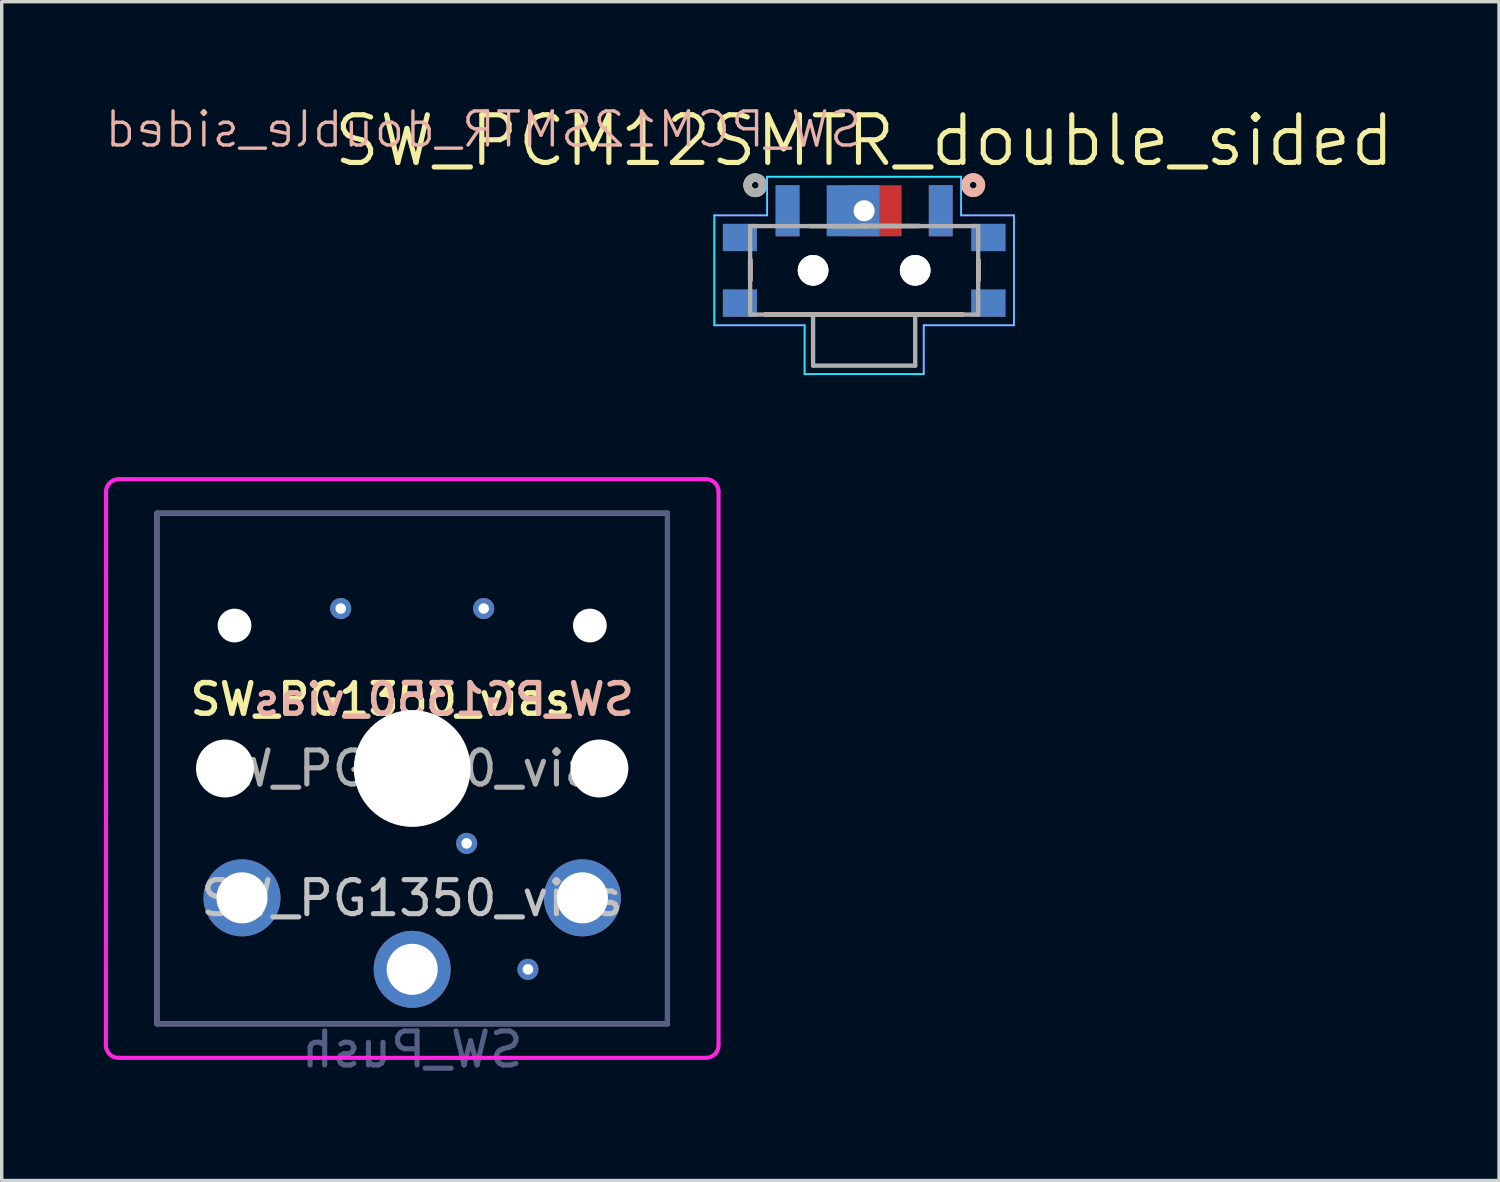
<source format=kicad_pcb>
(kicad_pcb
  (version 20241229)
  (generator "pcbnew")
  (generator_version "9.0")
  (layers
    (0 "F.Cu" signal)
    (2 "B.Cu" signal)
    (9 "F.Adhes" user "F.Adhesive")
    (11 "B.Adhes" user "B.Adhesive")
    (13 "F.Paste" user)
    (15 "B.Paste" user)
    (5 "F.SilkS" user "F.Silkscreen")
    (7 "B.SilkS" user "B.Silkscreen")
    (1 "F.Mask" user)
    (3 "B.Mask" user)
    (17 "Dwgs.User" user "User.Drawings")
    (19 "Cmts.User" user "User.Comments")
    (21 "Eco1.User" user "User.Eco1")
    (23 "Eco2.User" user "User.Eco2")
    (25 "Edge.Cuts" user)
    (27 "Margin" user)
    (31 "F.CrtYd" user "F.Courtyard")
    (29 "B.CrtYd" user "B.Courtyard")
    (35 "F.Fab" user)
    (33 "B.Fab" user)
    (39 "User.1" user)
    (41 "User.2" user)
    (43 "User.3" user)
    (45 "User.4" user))
  (footprint "SW_PCM12SMTR_double_sided"
    (layer "F.Cu")
    (at 22.338 4.892)
    (property "Reference" "SW_PCM12SMTR_double_sided" (at 0 -3.81 180) (layer "F.SilkS") (effects (font (size 1.4 1.4) (thickness 0.15))))
    (attr smd)
    (fp_line (start -3.35 0.3) (end -3.35 -0.3) (stroke (width 0.127) (type solid)) (layer "F.SilkS"))
    (fp_line (start -2.9 1.3) (end 2.9 1.3) (stroke (width 0.127) (type solid)) (layer "F.SilkS"))
    (fp_line (start -1.6 -1.3) (end 0.1 -1.3) (stroke (width 0.127) (type solid)) (layer "F.SilkS"))
    (fp_line (start 3.35 -0.3) (end 3.35 0.3) (stroke (width 0.127) (type solid)) (layer "F.SilkS"))
    (fp_circle (center -3.2 -2.5) (end -3.1 -2.5) (stroke (width 0.25) (type solid)) (fill no) (layer "F.SilkS"))
    (fp_line (start -3.35 0.3) (end -3.35 -0.3) (stroke (width 0.127) (type solid)) (layer "B.SilkS"))
    (fp_line (start -3.341 -0.306) (end -3.341 0.294) (stroke (width 0.127) (type solid)) (layer "B.SilkS"))
    (fp_line (start -2.9 1.3) (end 2.9 1.3) (stroke (width 0.127) (type solid)) (layer "B.SilkS"))
    (fp_line (start -0.1 -1.3) (end 1.6 -1.3) (stroke (width 0.127) (type solid)) (layer "B.SilkS"))
    (fp_line (start 1.609 -1.306) (end -0.091 -1.306) (stroke (width 0.127) (type solid)) (layer "B.SilkS"))
    (fp_line (start 2.909 1.294) (end -2.891 1.294) (stroke (width 0.127) (type solid)) (layer "B.SilkS"))
    (fp_line (start 3.35 -0.3) (end 3.35 0.3) (stroke (width 0.127) (type solid)) (layer "B.SilkS"))
    (fp_line (start 3.359 0.294) (end 3.359 -0.306) (stroke (width 0.127) (type solid)) (layer "B.SilkS"))
    (fp_circle (center 3.2 -2.5) (end 3.1 -2.5) (stroke (width 0.25) (type solid)) (fill no) (layer "B.SilkS"))
    (fp_circle (center 3.209 -2.506) (end 3.109 -2.506) (stroke (width 0.25) (type solid)) (fill no) (layer "B.SilkS"))
    (fp_line (start -4.4 -1.615) (end -2.85 -1.615) (stroke (width 0.05) (type solid)) (layer "B.CrtYd"))
    (fp_line (start -4.4 1.615) (end -4.4 -1.615) (stroke (width 0.05) (type solid)) (layer "B.CrtYd"))
    (fp_line (start -2.85 -2.75) (end 2.85 -2.75) (stroke (width 0.05) (type solid)) (layer "B.CrtYd"))
    (fp_line (start -2.85 -1.615) (end -2.85 -2.75) (stroke (width 0.05) (type solid)) (layer "B.CrtYd"))
    (fp_line (start -1.75 1.615) (end -4.4 1.615) (stroke (width 0.05) (type solid)) (layer "B.CrtYd"))
    (fp_line (start -1.75 3.05) (end -1.75 1.615) (stroke (width 0.05) (type solid)) (layer "B.CrtYd"))
    (fp_line (start 1.75 3.05) (end -1.75 3.05) (stroke (width 0.05) (type solid)) (layer "B.CrtYd"))
    (fp_line (start 1.75 1.615) (end 1.75 3.05) (stroke (width 0.05) (type solid)) (layer "B.CrtYd"))
    (fp_line (start 2.85 -2.75) (end 2.85 -1.615) (stroke (width 0.05) (type solid)) (layer "B.CrtYd"))
    (fp_line (start 2.85 -1.615) (end 4.4 -1.615) (stroke (width 0.05) (type solid)) (layer "B.CrtYd"))
    (fp_line (start 4.4 -1.615) (end 4.4 1.615) (stroke (width 0.05) (type solid)) (layer "B.CrtYd"))
    (fp_line (start 4.4 1.615) (end 1.75 1.615) (stroke (width 0.05) (type solid)) (layer "B.CrtYd"))
    (fp_line (start -4.4 -1.615) (end -2.85 -1.615) (stroke (width 0.05) (type solid)) (layer "F.CrtYd"))
    (fp_line (start -4.4 1.615) (end -4.4 -1.615) (stroke (width 0.05) (type solid)) (layer "F.CrtYd"))
    (fp_line (start -2.85 -2.75) (end 2.85 -2.75) (stroke (width 0.05) (type solid)) (layer "F.CrtYd"))
    (fp_line (start -2.85 -1.615) (end -2.85 -2.75) (stroke (width 0.05) (type solid)) (layer "F.CrtYd"))
    (fp_line (start -1.75 1.615) (end -4.4 1.615) (stroke (width 0.05) (type solid)) (layer "F.CrtYd"))
    (fp_line (start -1.75 3.05) (end -1.75 1.615) (stroke (width 0.05) (type solid)) (layer "F.CrtYd"))
    (fp_line (start 1.75 1.615) (end 1.75 3.05) (stroke (width 0.05) (type solid)) (layer "F.CrtYd"))
    (fp_line (start 1.75 3.05) (end -1.75 3.05) (stroke (width 0.05) (type solid)) (layer "F.CrtYd"))
    (fp_line (start 2.85 -2.75) (end 2.85 -1.615) (stroke (width 0.05) (type solid)) (layer "F.CrtYd"))
    (fp_line (start 2.85 -1.615) (end 4.4 -1.615) (stroke (width 0.05) (type solid)) (layer "F.CrtYd"))
    (fp_line (start 4.4 -1.615) (end 4.4 1.615) (stroke (width 0.05) (type solid)) (layer "F.CrtYd"))
    (fp_line (start 4.4 1.615) (end 1.75 1.615) (stroke (width 0.05) (type solid)) (layer "F.CrtYd"))
    (fp_line (start -3.35 -1.3) (end 3.35 -1.3) (stroke (width 0.127) (type solid)) (layer "F.Fab"))
    (fp_line (start -3.35 1.3) (end -3.35 -1.3) (stroke (width 0.127) (type solid)) (layer "F.Fab"))
    (fp_line (start -1.5 1.3) (end -3.35 1.3) (stroke (width 0.127) (type solid)) (layer "F.Fab"))
    (fp_line (start -1.5 1.3) (end -1.5 2.8) (stroke (width 0.127) (type solid)) (layer "F.Fab"))
    (fp_line (start -1.5 2.8) (end 1.5 2.8) (stroke (width 0.127) (type solid)) (layer "F.Fab"))
    (fp_line (start 1.5 1.3) (end -1.5 1.3) (stroke (width 0.127) (type solid)) (layer "F.Fab"))
    (fp_line (start 1.5 2.8) (end 1.5 1.3) (stroke (width 0.127) (type solid)) (layer "F.Fab"))
    (fp_line (start 3.35 -1.3) (end 3.35 1.3) (stroke (width 0.127) (type solid)) (layer "F.Fab"))
    (fp_line (start 3.35 1.3) (end 1.5 1.3) (stroke (width 0.127) (type solid)) (layer "F.Fab"))
    (fp_circle (center -3.2 -2.5) (end -3.1 -2.5) (stroke (width 0.25) (type solid)) (fill no) (layer "F.Fab"))
    (fp_text user "${REFERENCE}" (at 0 -3.556 0) (unlocked yes) (layer "B.SilkS") (effects (font (size 1 1) (thickness 0.1)) (justify left bottom mirror)))
    (pad "" np_thru_hole circle (at -1.5 0) (size 0.9 0.9) (drill 0.9) (layers "*.Cu" "*.Mask"))
    (pad "" np_thru_hole circle (at -1.5 0) (size 0.9 0.9) (drill 0.9) (layers "*.Cu" "*.Mask"))
    (pad "" np_thru_hole circle (at 1.5 0) (size 0.9 0.9) (drill 0.9) (layers "*.Cu" "*.Mask"))
    (pad "" np_thru_hole circle (at 1.5 0) (size 0.9 0.9) (drill 0.9) (layers "*.Cu" "*.Mask"))
    (pad "1" smd rect (at -2.25 -1.75) (size 0.7 1.5) (layers "F.Cu" "F.Mask" "F.Paste"))
    (pad "1" smd rect (at 2.25 -1.75) (size 0.7 1.5) (layers "B.Cu" "B.Mask" "B.Paste"))
    (pad "2" smd rect (at -0.75 -1.75) (size 0.7 1.5) (layers "B.Cu" "B.Mask" "B.Paste"))
    (pad "2" thru_hole rect (at 0 -1.75) (size 0.9 1.5) (drill 0.62) (layers "*.Cu"))
    (pad "2" smd rect (at 0.75 -1.75) (size 0.7 1.5) (layers "F.Cu" "F.Mask" "F.Paste"))
    (pad "3" smd rect (at -2.25 -1.75) (size 0.7 1.5) (layers "B.Cu" "B.Mask" "B.Paste"))
    (pad "3" smd rect (at 2.25 -1.75) (size 0.7 1.5) (layers "F.Cu" "F.Mask" "F.Paste"))
    (pad "S1" smd rect (at -3.65 -0.965) (size 1 0.8) (layers "F.Cu" "F.Mask" "F.Paste"))
    (pad "S1" smd rect (at 3.65 -0.965) (size 1 0.8) (layers "B.Cu" "B.Mask" "B.Paste"))
    (pad "S2" smd rect (at -3.65 0.965) (size 1 0.8) (layers "F.Cu" "F.Mask" "F.Paste"))
    (pad "S2" smd rect (at 3.65 0.965) (size 1 0.8) (layers "B.Cu" "B.Mask" "B.Paste"))
    (pad "S3" smd rect (at -3.65 0.965) (size 1 0.8) (layers "B.Cu" "B.Mask" "B.Paste"))
    (pad "S3" smd rect (at 3.65 0.965) (size 1 0.8) (layers "F.Cu" "F.Mask" "F.Paste"))
    (pad "S4" smd rect (at -3.65 -0.965) (size 1 0.8) (layers "B.Cu" "B.Mask" "B.Paste"))
    (pad "S4" smd rect (at 3.65 -0.965) (size 1 0.8) (layers "F.Cu" "F.Mask" "F.Paste")))
  (footprint "SW_PG1350_vias"
    (layer "F.Cu")
    (at 9.06 19.528)
    (property "Reference" "SW_PG1350_vias" (at 0 3.81 180) (layer "Dwgs.User") (effects (font (size 1 1) (thickness 0.15))))
    (property "Value" "SW_Push" (at -0.07 8.17 180) (layer "Dwgs.User") (hide yes) (effects (font (size 1 1) (thickness 0.15))))
    (attr through_hole exclude_from_pos_files)
    (fp_line (start -2.6 -3.1) (end -2.6 -6.3) (stroke (width 0.15) (type solid)) (layer "Eco1.User"))
    (fp_line (start -2.6 -3.1) (end 2.6 -3.1) (stroke (width 0.15) (type solid)) (layer "Eco1.User"))
    (fp_line (start 2.6 -6.3) (end -2.6 -6.3) (stroke (width 0.15) (type solid)) (layer "Eco1.User"))
    (fp_line (start 2.6 -3.1) (end 2.6 -6.3) (stroke (width 0.15) (type solid)) (layer "Eco1.User"))
    (fp_line (start -9 8.136) (end -8.994 -8.1) (stroke (width 0.12) (type solid)) (layer "F.CrtYd"))
    (fp_line (start -8.63 -8.5) (end 8.6 -8.5) (stroke (width 0.12) (type solid)) (layer "F.CrtYd"))
    (fp_line (start -8.6 8.5) (end 8.636 8.5) (stroke (width 0.12) (type solid)) (layer "F.CrtYd"))
    (fp_line (start 9 8.1) (end 9 -8.136) (stroke (width 0.12) (type solid)) (layer "F.CrtYd"))
    (fp_arc (start -8.994011 -8.099594) (mid -8.898745 -8.378652) (end -8.63 -8.5) (stroke (width 0.12) (type solid)) (layer "F.CrtYd"))
    (fp_arc (start -8.6 8.49968) (mid -8.879058 8.404414) (end -9.000406 8.135669) (stroke (width 0.12) (type solid)) (layer "F.CrtYd"))
    (fp_arc (start 8.599915 -8.5) (mid 8.878978 -8.404734) (end 9.000321 -8.135989) (stroke (width 0.12) (type solid)) (layer "F.CrtYd"))
    (fp_arc (start 9 8.1) (mid 8.904724 8.37905) (end 8.635989 8.500406) (stroke (width 0.12) (type solid)) (layer "F.CrtYd"))
    (fp_line (start -7.5 -7.5) (end 7.5 -7.5) (stroke (width 0.15) (type solid)) (layer "B.Fab"))
    (fp_line (start -7.5 7.5) (end -7.5 -7.5) (stroke (width 0.15) (type solid)) (layer "B.Fab"))
    (fp_line (start 7.5 -7.5) (end 7.5 7.5) (stroke (width 0.15) (type solid)) (layer "B.Fab"))
    (fp_line (start 7.5 7.5) (end -7.5 7.5) (stroke (width 0.15) (type solid)) (layer "B.Fab"))
    (fp_line (start -7.5 -7.5) (end 7.5 -7.5) (stroke (width 0.15) (type solid)) (layer "F.Fab"))
    (fp_line (start -7.5 7.5) (end -7.5 -7.5) (stroke (width 0.15) (type solid)) (layer "F.Fab"))
    (fp_line (start 7.5 -7.5) (end 7.5 7.5) (stroke (width 0.15) (type solid)) (layer "F.Fab"))
    (fp_line (start 7.5 7.5) (end -7.5 7.5) (stroke (width 0.15) (type solid)) (layer "F.Fab"))
    (fp_line (start -6.9 6.9) (end -6.9 -6.9) (stroke (width 0.15) (type solid)) (layer "User.2"))
    (fp_line (start -6.9 6.9) (end 6.9 6.9) (stroke (width 0.15) (type solid)) (layer "User.2"))
    (fp_line (start -6.858 -6.858) (end -6.858 -4.826) (stroke (width 0.12) (type solid)) (layer "User.2"))
    (fp_line (start -6.858 -6.858) (end -4.826 -6.858) (stroke (width 0.12) (type solid)) (layer "User.2"))
    (fp_line (start 6.858 -6.858) (end 4.826 -6.858) (stroke (width 0.12) (type solid)) (layer "User.2"))
    (fp_line (start 6.858 -6.858) (end 6.858 -4.826) (stroke (width 0.12) (type solid)) (layer "User.2"))
    (fp_line (start 6.9 -6.9) (end -6.9 -6.9) (stroke (width 0.15) (type solid)) (layer "User.2"))
    (fp_line (start 6.9 -6.9) (end 6.9 6.9) (stroke (width 0.15) (type solid)) (layer "User.2"))
    (fp_text user "${REFERENCE}" (at -6.604 -2.032 0) (layer "F.SilkS") (effects (font (size 0.9 0.9) (thickness 0.16)) (justify left)))
    (fp_text user "${REFERENCE}" (at 6.604 -2.032 0) (layer "B.SilkS") (effects (font (size 0.9 0.9) (thickness 0.16)) (justify left mirror)))
    (fp_text user "${VALUE}" (at 0 8.255 0) (layer "B.Fab") (effects (font (size 1 1) (thickness 0.15)) (justify mirror)))
    (fp_text user "${REFERENCE}" (at 0 0 180) (layer "F.Fab") (effects (font (size 1 1) (thickness 0.15))))
    (pad "" np_thru_hole circle (at -5.5 0) (size 1.702 1.702) (drill 1.702) (layers "*.Cu" "*.Mask"))
    (pad "" np_thru_hole circle (at -5.22 -4.2) (size 0.991 0.991) (drill 0.991) (layers "*.Cu" "*.Mask"))
    (pad "" np_thru_hole circle (at 0 0) (size 3.429 3.429) (drill 3.429) (layers "*.Cu" "*.Mask"))
    (pad "" np_thru_hole circle (at 5.22 -4.2) (size 0.991 0.991) (drill 0.991) (layers "*.Cu" "*.Mask"))
    (pad "" np_thru_hole circle (at 5.5 0) (size 1.702 1.702) (drill 1.702) (layers "*.Cu" "*.Mask"))
    (pad "1" thru_hole circle (at 0 5.9) (size 2.262 2.262) (drill 1.5) (layers "*.Cu" "*.Mask"))
    (pad "1" thru_hole circle (at 3.4 5.9) (size 0.62 0.62) (drill 0.31) (layers "*.Cu" "*.Mask"))
    (pad "2" thru_hole circle (at -5 3.8) (size 2.262 2.262) (drill 1.5) (layers "*.Cu" "*.Mask"))
    (pad "2" thru_hole circle (at -2.1 -4.7) (size 0.62 0.62) (drill 0.31) (layers "*.Cu" "*.Mask"))
    (pad "2" thru_hole circle (at 1.6 2.2) (size 0.62 0.62) (drill 0.31) (layers "*.Cu" "*.Mask"))
    (pad "2" thru_hole circle (at 5 3.8) (size 2.262 2.262) (drill 1.5) (layers "*.Cu" "*.Mask"))
    (pad "3" thru_hole circle (at 2.1 -4.7) (size 0.62 0.62) (drill 0.31) (layers "*.Cu" "*.Mask")))
  (gr_rect
    (start -3 -3)
    (end 40.99 31.632)
    (stroke (width 0.1) (type default))
    (fill no)
    (layer "Edge.Cuts")))
</source>
